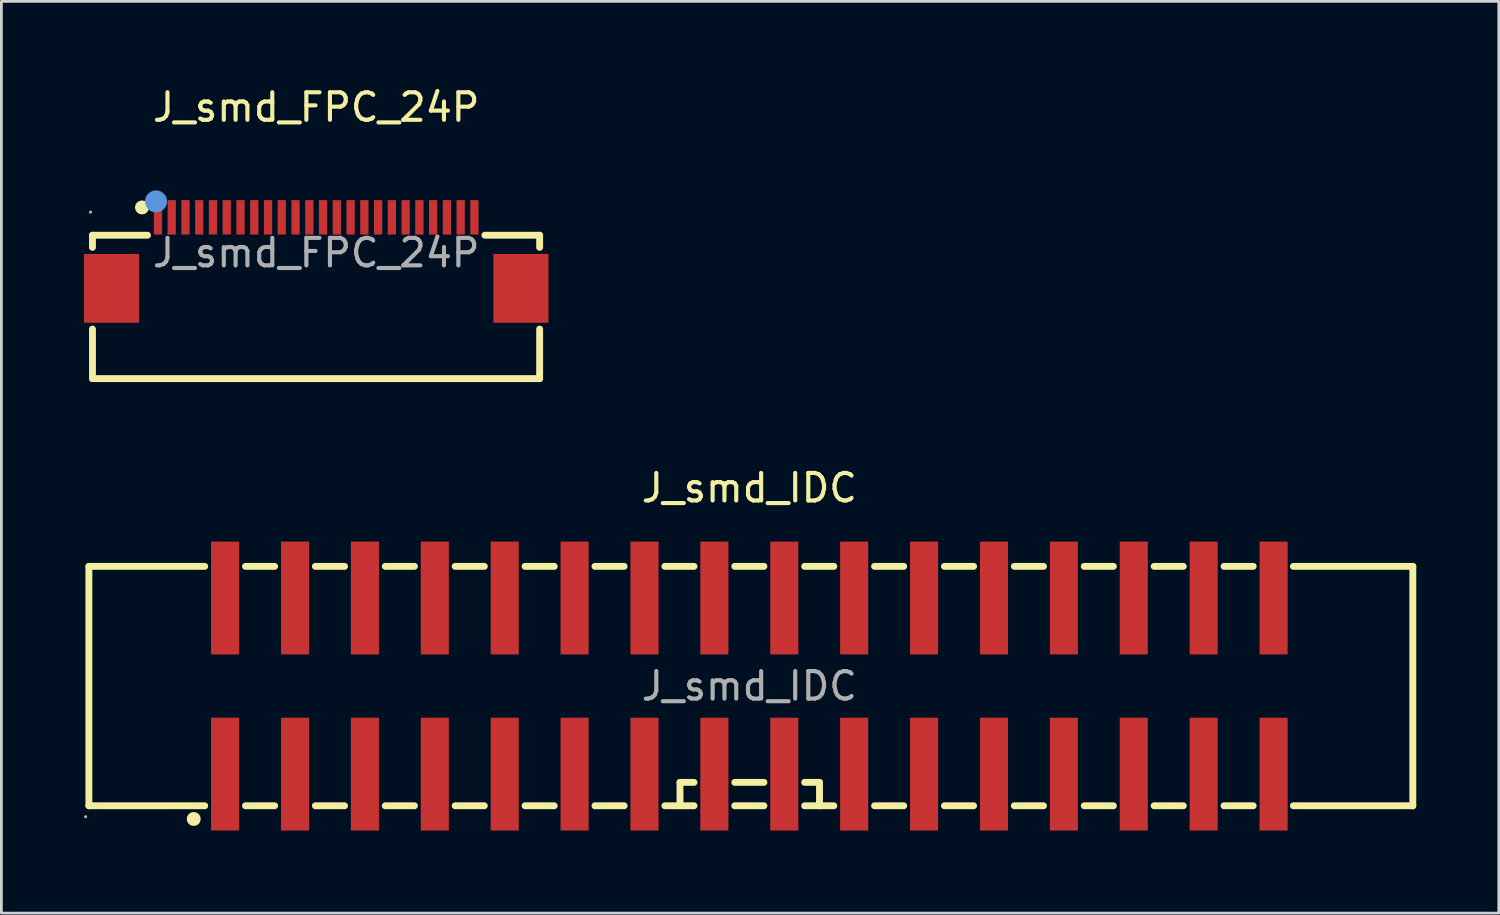
<source format=kicad_pcb>
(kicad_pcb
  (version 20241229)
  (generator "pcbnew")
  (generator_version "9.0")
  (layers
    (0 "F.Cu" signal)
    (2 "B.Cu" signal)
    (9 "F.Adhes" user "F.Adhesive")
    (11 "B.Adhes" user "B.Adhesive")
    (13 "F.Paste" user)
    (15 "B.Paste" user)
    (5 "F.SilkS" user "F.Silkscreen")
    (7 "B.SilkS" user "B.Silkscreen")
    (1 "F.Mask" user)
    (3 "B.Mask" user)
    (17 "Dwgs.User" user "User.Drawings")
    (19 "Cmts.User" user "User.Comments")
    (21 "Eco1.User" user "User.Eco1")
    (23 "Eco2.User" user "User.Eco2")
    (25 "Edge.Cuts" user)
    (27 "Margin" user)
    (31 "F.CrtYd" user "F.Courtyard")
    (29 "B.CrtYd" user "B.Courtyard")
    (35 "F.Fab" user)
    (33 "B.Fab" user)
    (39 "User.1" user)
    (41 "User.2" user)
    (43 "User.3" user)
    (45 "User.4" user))
  (footprint "J_smd_IDC"
    (layer "F.Cu")
    (at 24.18 21.881)
    (property "Reference" "J_smd_IDC" (at 0 -7.2 0) (layer "F.SilkS") (effects (font (size 1 1) (thickness 0.15))))
    (attr smd)
    (fp_line (start -24 -4.35) (end -24 4.35) (stroke (width 0.25) (type solid)) (layer "F.SilkS"))
    (fp_line (start -24 -4.35) (end -19.79 -4.35) (stroke (width 0.25) (type solid)) (layer "F.SilkS"))
    (fp_line (start -24 4.35) (end -19.79 4.35) (stroke (width 0.25) (type solid)) (layer "F.SilkS"))
    (fp_line (start -18.31 -4.35) (end -17.25 -4.35) (stroke (width 0.25) (type solid)) (layer "F.SilkS"))
    (fp_line (start -18.31 4.35) (end -17.25 4.35) (stroke (width 0.25) (type solid)) (layer "F.SilkS"))
    (fp_line (start -15.77 -4.35) (end -14.71 -4.35) (stroke (width 0.25) (type solid)) (layer "F.SilkS"))
    (fp_line (start -15.77 4.35) (end -14.71 4.35) (stroke (width 0.25) (type solid)) (layer "F.SilkS"))
    (fp_line (start -13.23 -4.35) (end -12.17 -4.35) (stroke (width 0.25) (type solid)) (layer "F.SilkS"))
    (fp_line (start -13.23 4.35) (end -12.17 4.35) (stroke (width 0.25) (type solid)) (layer "F.SilkS"))
    (fp_line (start -10.69 -4.35) (end -9.63 -4.35) (stroke (width 0.25) (type solid)) (layer "F.SilkS"))
    (fp_line (start -10.69 4.35) (end -9.63 4.35) (stroke (width 0.25) (type solid)) (layer "F.SilkS"))
    (fp_line (start -8.15 -4.35) (end -7.09 -4.35) (stroke (width 0.25) (type solid)) (layer "F.SilkS"))
    (fp_line (start -8.15 4.35) (end -7.09 4.35) (stroke (width 0.25) (type solid)) (layer "F.SilkS"))
    (fp_line (start -5.61 -4.35) (end -4.55 -4.35) (stroke (width 0.25) (type solid)) (layer "F.SilkS"))
    (fp_line (start -5.61 4.35) (end -4.55 4.35) (stroke (width 0.25) (type solid)) (layer "F.SilkS"))
    (fp_line (start -3.07 -4.35) (end -2.01 -4.35) (stroke (width 0.25) (type solid)) (layer "F.SilkS"))
    (fp_line (start -3.07 4.35) (end -2.01 4.35) (stroke (width 0.25) (type solid)) (layer "F.SilkS"))
    (fp_line (start -2.52 3.5) (end -2.01 3.5) (stroke (width 0.25) (type solid)) (layer "F.SilkS"))
    (fp_line (start -2.52 4.35) (end -2.52 3.5) (stroke (width 0.25) (type solid)) (layer "F.SilkS"))
    (fp_line (start -0.53 -4.35) (end 0.53 -4.35) (stroke (width 0.25) (type solid)) (layer "F.SilkS"))
    (fp_line (start -0.53 3.5) (end 0.53 3.5) (stroke (width 0.25) (type solid)) (layer "F.SilkS"))
    (fp_line (start -0.53 4.35) (end 0.53 4.35) (stroke (width 0.25) (type solid)) (layer "F.SilkS"))
    (fp_line (start 2.01 -4.35) (end 3.07 -4.35) (stroke (width 0.25) (type solid)) (layer "F.SilkS"))
    (fp_line (start 2.01 3.5) (end 2.55 3.5) (stroke (width 0.25) (type solid)) (layer "F.SilkS"))
    (fp_line (start 2.01 4.35) (end 3.07 4.35) (stroke (width 0.25) (type solid)) (layer "F.SilkS"))
    (fp_line (start 2.55 3.5) (end 2.55 4.35) (stroke (width 0.25) (type solid)) (layer "F.SilkS"))
    (fp_line (start 4.55 -4.35) (end 5.61 -4.35) (stroke (width 0.25) (type solid)) (layer "F.SilkS"))
    (fp_line (start 4.55 4.35) (end 5.61 4.35) (stroke (width 0.25) (type solid)) (layer "F.SilkS"))
    (fp_line (start 7.09 -4.35) (end 8.15 -4.35) (stroke (width 0.25) (type solid)) (layer "F.SilkS"))
    (fp_line (start 7.09 4.35) (end 8.15 4.35) (stroke (width 0.25) (type solid)) (layer "F.SilkS"))
    (fp_line (start 9.63 -4.35) (end 10.69 -4.35) (stroke (width 0.25) (type solid)) (layer "F.SilkS"))
    (fp_line (start 9.63 4.35) (end 10.69 4.35) (stroke (width 0.25) (type solid)) (layer "F.SilkS"))
    (fp_line (start 12.17 -4.35) (end 13.23 -4.35) (stroke (width 0.25) (type solid)) (layer "F.SilkS"))
    (fp_line (start 12.17 4.35) (end 13.23 4.35) (stroke (width 0.25) (type solid)) (layer "F.SilkS"))
    (fp_line (start 14.71 -4.35) (end 15.77 -4.35) (stroke (width 0.25) (type solid)) (layer "F.SilkS"))
    (fp_line (start 14.71 4.35) (end 15.77 4.35) (stroke (width 0.25) (type solid)) (layer "F.SilkS"))
    (fp_line (start 17.25 -4.35) (end 18.31 -4.35) (stroke (width 0.25) (type solid)) (layer "F.SilkS"))
    (fp_line (start 17.25 4.35) (end 18.31 4.35) (stroke (width 0.25) (type solid)) (layer "F.SilkS"))
    (fp_line (start 19.77 -4.35) (end 24.11 -4.35) (stroke (width 0.25) (type solid)) (layer "F.SilkS"))
    (fp_line (start 19.77 4.35) (end 24.11 4.35) (stroke (width 0.25) (type solid)) (layer "F.SilkS"))
    (fp_line (start 24.11 -4.35) (end 24.11 4.35) (stroke (width 0.25) (type solid)) (layer "F.SilkS"))
    (fp_circle (center -20.19 4.83) (end -20.06 4.83) (stroke (width 0.25) (type solid)) (fill no) (layer "F.SilkS"))
    (fp_circle (center -24.12 4.75) (end -24.09 4.75) (stroke (width 0.06) (type solid)) (fill no) (layer "F.Fab"))
    (fp_text user "${REFERENCE}" (at 0 0 0) (layer "F.Fab") (effects (font (size 1 1) (thickness 0.15))))
    (pad "1" smd rect (at -19.05 3.2) (size 1.02 4.1) (layers "F.Cu" "F.Mask" "F.Paste"))
    (pad "2" smd rect (at -19.05 -3.2) (size 1.02 4.1) (layers "F.Cu" "F.Mask" "F.Paste"))
    (pad "3" smd rect (at -16.51 3.2) (size 1.02 4.1) (layers "F.Cu" "F.Mask" "F.Paste"))
    (pad "4" smd rect (at -16.51 -3.2) (size 1.02 4.1) (layers "F.Cu" "F.Mask" "F.Paste"))
    (pad "5" smd rect (at -13.97 3.2) (size 1.02 4.1) (layers "F.Cu" "F.Mask" "F.Paste"))
    (pad "6" smd rect (at -13.97 -3.2) (size 1.02 4.1) (layers "F.Cu" "F.Mask" "F.Paste"))
    (pad "7" smd rect (at -11.43 3.2) (size 1.02 4.1) (layers "F.Cu" "F.Mask" "F.Paste"))
    (pad "8" smd rect (at -11.43 -3.2) (size 1.02 4.1) (layers "F.Cu" "F.Mask" "F.Paste"))
    (pad "9" smd rect (at -8.89 3.2) (size 1.02 4.1) (layers "F.Cu" "F.Mask" "F.Paste"))
    (pad "10" smd rect (at -8.89 -3.2) (size 1.02 4.1) (layers "F.Cu" "F.Mask" "F.Paste"))
    (pad "11" smd rect (at -6.35 3.2) (size 1.02 4.1) (layers "F.Cu" "F.Mask" "F.Paste"))
    (pad "12" smd rect (at -6.35 -3.2) (size 1.02 4.1) (layers "F.Cu" "F.Mask" "F.Paste"))
    (pad "13" smd rect (at -3.81 3.2) (size 1.02 4.1) (layers "F.Cu" "F.Mask" "F.Paste"))
    (pad "14" smd rect (at -3.81 -3.2) (size 1.02 4.1) (layers "F.Cu" "F.Mask" "F.Paste"))
    (pad "15" smd rect (at -1.27 3.2) (size 1.02 4.1) (layers "F.Cu" "F.Mask" "F.Paste"))
    (pad "16" smd rect (at -1.27 -3.2) (size 1.02 4.1) (layers "F.Cu" "F.Mask" "F.Paste"))
    (pad "17" smd rect (at 1.27 3.2) (size 1.02 4.1) (layers "F.Cu" "F.Mask" "F.Paste"))
    (pad "18" smd rect (at 1.27 -3.2) (size 1.02 4.1) (layers "F.Cu" "F.Mask" "F.Paste"))
    (pad "19" smd rect (at 3.81 3.2) (size 1.02 4.1) (layers "F.Cu" "F.Mask" "F.Paste"))
    (pad "20" smd rect (at 3.81 -3.2) (size 1.02 4.1) (layers "F.Cu" "F.Mask" "F.Paste"))
    (pad "21" smd rect (at 6.35 3.2) (size 1.02 4.1) (layers "F.Cu" "F.Mask" "F.Paste"))
    (pad "22" smd rect (at 6.35 -3.2) (size 1.02 4.1) (layers "F.Cu" "F.Mask" "F.Paste"))
    (pad "23" smd rect (at 8.89 3.2) (size 1.02 4.1) (layers "F.Cu" "F.Mask" "F.Paste"))
    (pad "24" smd rect (at 8.89 -3.2) (size 1.02 4.1) (layers "F.Cu" "F.Mask" "F.Paste"))
    (pad "25" smd rect (at 11.43 3.2) (size 1.02 4.1) (layers "F.Cu" "F.Mask" "F.Paste"))
    (pad "26" smd rect (at 11.43 -3.2) (size 1.02 4.1) (layers "F.Cu" "F.Mask" "F.Paste"))
    (pad "27" smd rect (at 13.97 3.2) (size 1.02 4.1) (layers "F.Cu" "F.Mask" "F.Paste"))
    (pad "28" smd rect (at 13.97 -3.2) (size 1.02 4.1) (layers "F.Cu" "F.Mask" "F.Paste"))
    (pad "29" smd rect (at 16.51 3.2) (size 1.02 4.1) (layers "F.Cu" "F.Mask" "F.Paste"))
    (pad "30" smd rect (at 16.51 -3.2) (size 1.02 4.1) (layers "F.Cu" "F.Mask" "F.Paste"))
    (pad "31" smd rect (at 19.05 3.2) (size 1.02 4.1) (layers "F.Cu" "F.Mask" "F.Paste"))
    (pad "32" smd rect (at 19.05 -3.2) (size 1.02 4.1) (layers "F.Cu" "F.Mask" "F.Paste")))
  (footprint "J_smd_FPC_24P"
    (layer "F.Cu")
    (at 8.44 6.138)
    (property "Reference" "J_smd_FPC_24P" (at 0 -5.29 0) (layer "F.SilkS") (effects (font (size 1 1) (thickness 0.15))))
    (attr smd)
    (fp_line (start -8.13 -0.64) (end -6.13 -0.64) (stroke (width 0.25) (type solid)) (layer "F.SilkS"))
    (fp_line (start -8.13 -0.2) (end -8.13 -0.64) (stroke (width 0.25) (type solid)) (layer "F.SilkS"))
    (fp_line (start -8.13 4.57) (end -8.13 2.77) (stroke (width 0.25) (type solid)) (layer "F.SilkS"))
    (fp_line (start 6.13 -0.64) (end 8.12 -0.64) (stroke (width 0.25) (type solid)) (layer "F.SilkS"))
    (fp_line (start 8.12 -0.64) (end 8.12 -0.2) (stroke (width 0.25) (type solid)) (layer "F.SilkS"))
    (fp_line (start 8.12 2.77) (end 8.12 4.57) (stroke (width 0.25) (type solid)) (layer "F.SilkS"))
    (fp_line (start 8.12 4.57) (end -8.13 4.57) (stroke (width 0.25) (type solid)) (layer "F.SilkS"))
    (fp_circle (center -6.33 -1.65) (end -6.2 -1.65) (stroke (width 0.25) (type solid)) (fill no) (layer "F.SilkS"))
    (fp_circle (center -5.82 -1.87) (end -5.62 -1.87) (stroke (width 0.4) (type solid)) (fill no) (layer "Cmts.User"))
    (fp_circle (center -8.2 -1.48) (end -8.17 -1.48) (stroke (width 0.06) (type solid)) (fill no) (layer "F.Fab"))
    (fp_text user "${REFERENCE}" (at 0 0 0) (layer "F.Fab") (effects (font (size 1 1) (thickness 0.15))))
    (pad "1" smd rect (at -5.75 -1.29) (size 0.3 1.25) (layers "F.Cu" "F.Mask" "F.Paste"))
    (pad "2" smd rect (at -5.25 -1.29) (size 0.3 1.25) (layers "F.Cu" "F.Mask" "F.Paste"))
    (pad "3" smd rect (at -4.75 -1.29) (size 0.3 1.25) (layers "F.Cu" "F.Mask" "F.Paste"))
    (pad "4" smd rect (at -4.25 -1.29) (size 0.3 1.25) (layers "F.Cu" "F.Mask" "F.Paste"))
    (pad "5" smd rect (at -3.75 -1.29) (size 0.3 1.25) (layers "F.Cu" "F.Mask" "F.Paste"))
    (pad "6" smd rect (at -3.25 -1.29) (size 0.3 1.25) (layers "F.Cu" "F.Mask" "F.Paste"))
    (pad "7" smd rect (at -2.75 -1.29) (size 0.3 1.25) (layers "F.Cu" "F.Mask" "F.Paste"))
    (pad "8" smd rect (at -2.25 -1.29) (size 0.3 1.25) (layers "F.Cu" "F.Mask" "F.Paste"))
    (pad "9" smd rect (at -1.75 -1.29) (size 0.3 1.25) (layers "F.Cu" "F.Mask" "F.Paste"))
    (pad "10" smd rect (at -1.25 -1.29) (size 0.3 1.25) (layers "F.Cu" "F.Mask" "F.Paste"))
    (pad "11" smd rect (at -0.75 -1.29) (size 0.3 1.25) (layers "F.Cu" "F.Mask" "F.Paste"))
    (pad "12" smd rect (at -0.25 -1.29) (size 0.3 1.25) (layers "F.Cu" "F.Mask" "F.Paste"))
    (pad "13" smd rect (at 0.25 -1.29) (size 0.3 1.25) (layers "F.Cu" "F.Mask" "F.Paste"))
    (pad "14" smd rect (at 0.75 -1.29) (size 0.3 1.25) (layers "F.Cu" "F.Mask" "F.Paste"))
    (pad "15" smd rect (at 1.25 -1.29) (size 0.3 1.25) (layers "F.Cu" "F.Mask" "F.Paste"))
    (pad "16" smd rect (at 1.75 -1.29) (size 0.3 1.25) (layers "F.Cu" "F.Mask" "F.Paste"))
    (pad "17" smd rect (at 2.25 -1.29) (size 0.3 1.25) (layers "F.Cu" "F.Mask" "F.Paste"))
    (pad "18" smd rect (at 2.75 -1.29) (size 0.3 1.25) (layers "F.Cu" "F.Mask" "F.Paste"))
    (pad "19" smd rect (at 3.25 -1.29) (size 0.3 1.25) (layers "F.Cu" "F.Mask" "F.Paste"))
    (pad "20" smd rect (at 3.75 -1.29) (size 0.3 1.25) (layers "F.Cu" "F.Mask" "F.Paste"))
    (pad "21" smd rect (at 4.25 -1.29) (size 0.3 1.25) (layers "F.Cu" "F.Mask" "F.Paste"))
    (pad "22" smd rect (at 4.75 -1.29) (size 0.3 1.25) (layers "F.Cu" "F.Mask" "F.Paste"))
    (pad "23" smd rect (at 5.25 -1.29) (size 0.3 1.25) (layers "F.Cu" "F.Mask" "F.Paste"))
    (pad "24" smd rect (at 5.75 -1.29) (size 0.3 1.25) (layers "F.Cu" "F.Mask" "F.Paste"))
    (pad "25" smd rect (at 7.44 1.29) (size 2 2.5) (layers "F.Cu" "F.Mask" "F.Paste"))
    (pad "26" smd rect (at -7.44 1.29) (size 2 2.5) (layers "F.Cu" "F.Mask" "F.Paste")))
  (gr_rect
    (start -3 -3)
    (end 51.415 30.131)
    (stroke (width 0.1) (type default))
    (fill no)
    (layer "Edge.Cuts")))
</source>
